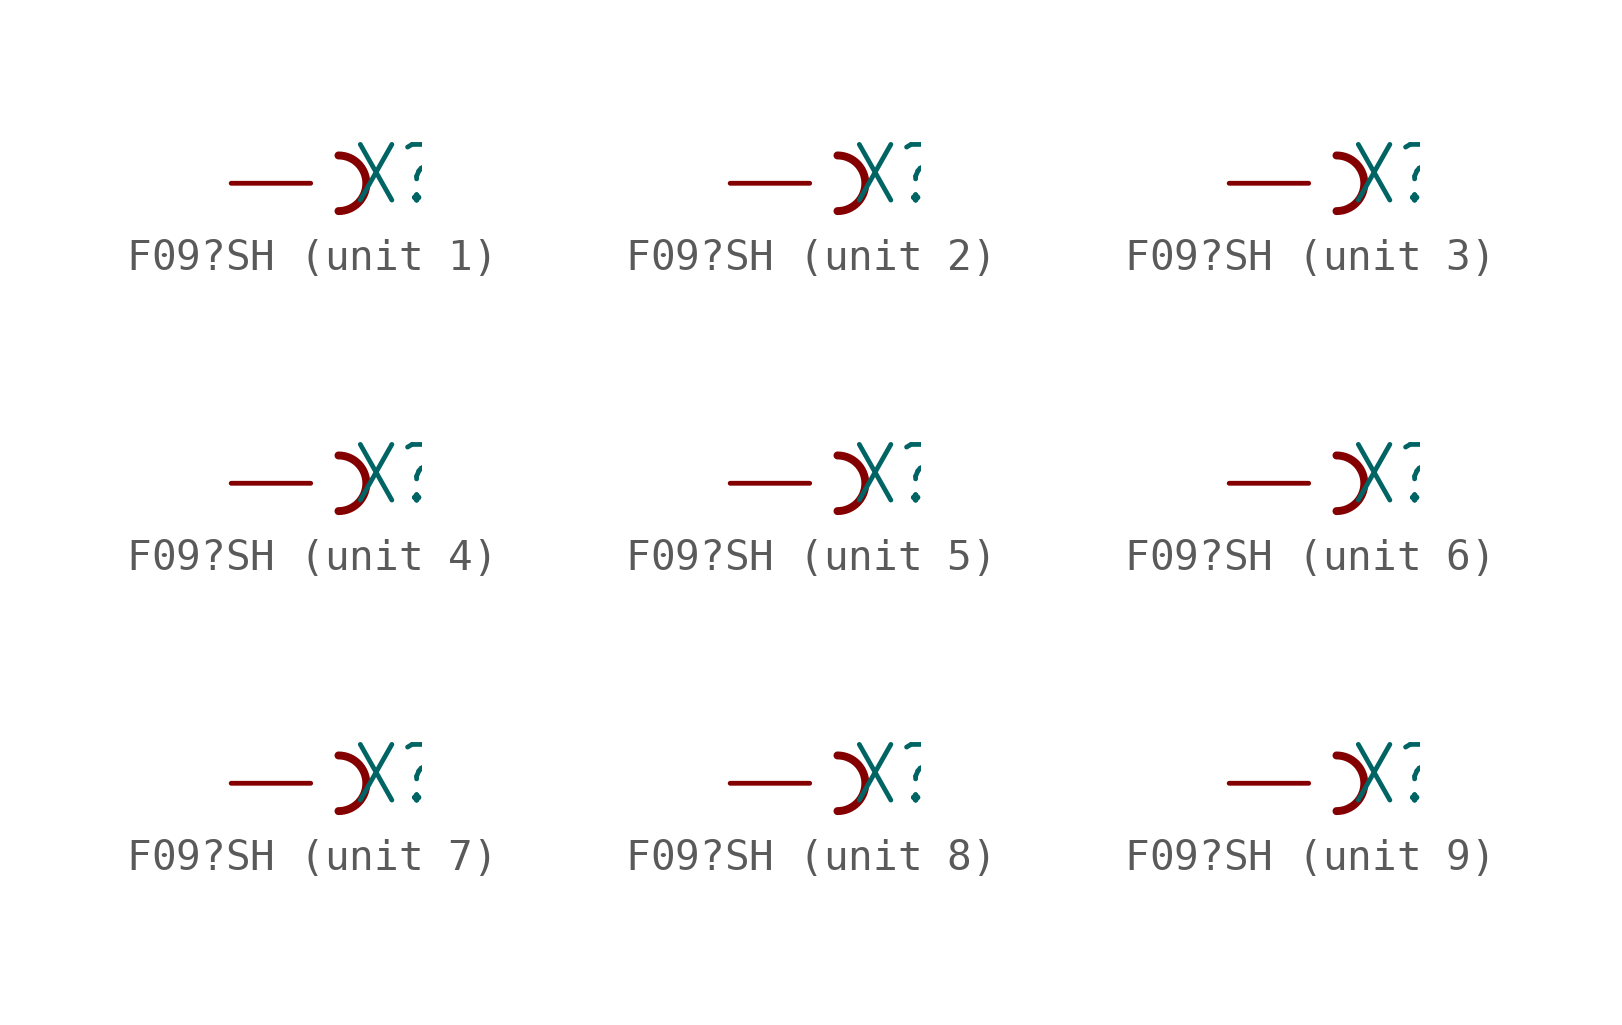
<source format=kicad_sym>
(kicad_symbol_lib
  (version 20211014)
  (generator kicad_symbol_editor)
  (symbol "F09?SH"
    (property "Reference" "X"
      (at 1.27 -0.762 0)
      (effects (font (size 1.778 1.511)) (justify left bottom)))
    (property "ki_locked" ""
      (at 0 0 0)
      (effects (font (size 1.27 1.27))))
    (symbol "F09?SH_1_0"
      (arc (start 0.889 -0.889) (mid 1.778 0) (end 0.889 0.889) (stroke (width 0.254) (type default) (color 0 0 0 0)) (fill (type none)))
      (pin passive line (at -2.54 0 0) (length 2.54) (name "F" (effects (font (size 0 0)))) (number "1" (effects (font (size 0 0))))))
    (symbol "F09?SH_2_0"
      (arc (start 0.889 -0.889) (mid 1.778 0) (end 0.889 0.889) (stroke (width 0.254) (type default) (color 0 0 0 0)) (fill (type none)))
      (pin passive line (at -2.54 0 0) (length 2.54) (name "F" (effects (font (size 0 0)))) (number "2" (effects (font (size 0 0))))))
    (symbol "F09?SH_3_0"
      (arc (start 0.889 -0.889) (mid 1.778 0) (end 0.889 0.889) (stroke (width 0.254) (type default) (color 0 0 0 0)) (fill (type none)))
      (pin passive line (at -2.54 0 0) (length 2.54) (name "F" (effects (font (size 0 0)))) (number "3" (effects (font (size 0 0))))))
    (symbol "F09?SH_4_0"
      (arc (start 0.889 -0.889) (mid 1.778 0) (end 0.889 0.889) (stroke (width 0.254) (type default) (color 0 0 0 0)) (fill (type none)))
      (pin passive line (at -2.54 0 0) (length 2.54) (name "F" (effects (font (size 0 0)))) (number "4" (effects (font (size 0 0))))))
    (symbol "F09?SH_5_0"
      (arc (start 0.889 -0.889) (mid 1.778 0) (end 0.889 0.889) (stroke (width 0.254) (type default) (color 0 0 0 0)) (fill (type none)))
      (pin passive line (at -2.54 0 0) (length 2.54) (name "F" (effects (font (size 0 0)))) (number "5" (effects (font (size 0 0))))))
    (symbol "F09?SH_6_0"
      (arc (start 0.889 -0.889) (mid 1.778 0) (end 0.889 0.889) (stroke (width 0.254) (type default) (color 0 0 0 0)) (fill (type none)))
      (pin passive line (at -2.54 0 0) (length 2.54) (name "F" (effects (font (size 0 0)))) (number "6" (effects (font (size 0 0))))))
    (symbol "F09?SH_7_0"
      (arc (start 0.889 -0.889) (mid 1.778 0) (end 0.889 0.889) (stroke (width 0.254) (type default) (color 0 0 0 0)) (fill (type none)))
      (pin passive line (at -2.54 0 0) (length 2.54) (name "F" (effects (font (size 0 0)))) (number "7" (effects (font (size 0 0))))))
    (symbol "F09?SH_8_0"
      (arc (start 0.889 -0.889) (mid 1.778 0) (end 0.889 0.889) (stroke (width 0.254) (type default) (color 0 0 0 0)) (fill (type none)))
      (pin passive line (at -2.54 0 0) (length 2.54) (name "F" (effects (font (size 0 0)))) (number "8" (effects (font (size 0 0))))))
    (symbol "F09?SH_9_0"
      (arc (start 0.889 -0.889) (mid 1.778 0) (end 0.889 0.889) (stroke (width 0.254) (type default) (color 0 0 0 0)) (fill (type none)))
      (pin passive line (at -2.54 0 0) (length 2.54) (name "F" (effects (font (size 0 0)))) (number "9" (effects (font (size 0 0))))))))
</source>
